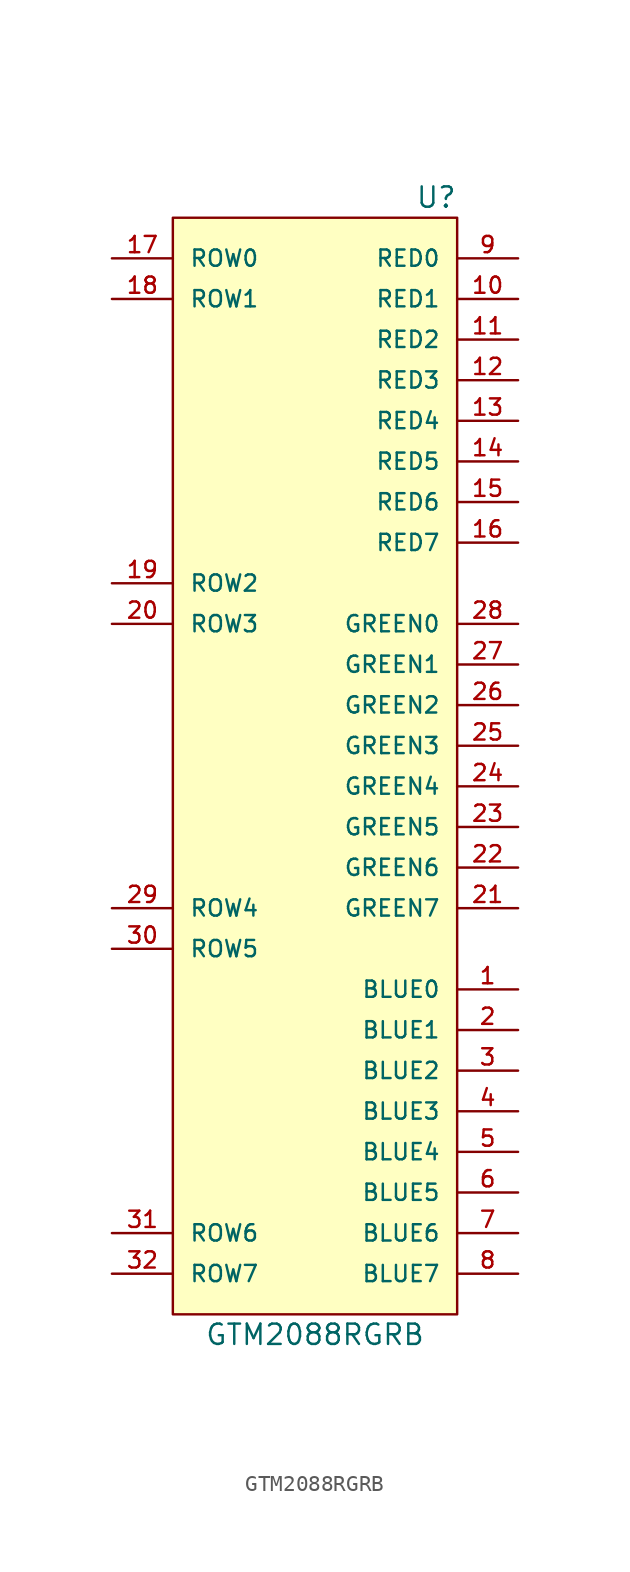
<source format=kicad_sym>
(kicad_symbol_lib
  (version 20220331)
  (generator kicad_symbol_editor)
  (symbol "GTM2088RGRB"
    (pin_names
      (offset 1.016))
    (property "Reference" "U"
      (at 8.89 34.29 0)
      (effects (font (size 1.27 1.27)) (justify right)))
    (property "Value" "GTM2088RGRB"
      (at 0 -36.83 0)
      (effects (font (size 1.27 1.27))))
    (symbol "GTM2088RGRB_0_1"
      (rectangle (start 8.89 33.02) (end -8.89 -35.56) (stroke (width 0) (type default)) (fill (type background))))
    (symbol "GTM2088RGRB_1_1"
      (pin input line (at 12.7 -15.24 180) (length 3.81) (name "BLUE0" (effects (font (size 1.016 1.016)))) (number "1" (effects (font (size 1.016 1.016)))))
      (pin input line (at 12.7 27.94 180) (length 3.81) (name "RED1" (effects (font (size 1.016 1.016)))) (number "10" (effects (font (size 1.016 1.016)))))
      (pin input line (at 12.7 25.4 180) (length 3.81) (name "RED2" (effects (font (size 1.016 1.016)))) (number "11" (effects (font (size 1.016 1.016)))))
      (pin input line (at 12.7 22.86 180) (length 3.81) (name "RED3" (effects (font (size 1.016 1.016)))) (number "12" (effects (font (size 1.016 1.016)))))
      (pin input line (at 12.7 20.32 180) (length 3.81) (name "RED4" (effects (font (size 1.016 1.016)))) (number "13" (effects (font (size 1.016 1.016)))))
      (pin input line (at 12.7 17.78 180) (length 3.81) (name "RED5" (effects (font (size 1.016 1.016)))) (number "14" (effects (font (size 1.016 1.016)))))
      (pin input line (at 12.7 15.24 180) (length 3.81) (name "RED6" (effects (font (size 1.016 1.016)))) (number "15" (effects (font (size 1.016 1.016)))))
      (pin input line (at 12.7 12.7 180) (length 3.81) (name "RED7" (effects (font (size 1.016 1.016)))) (number "16" (effects (font (size 1.016 1.016)))))
      (pin input line (at -12.7 30.48 0) (length 3.81) (name "ROW0" (effects (font (size 1.016 1.016)))) (number "17" (effects (font (size 1.016 1.016)))))
      (pin input line (at -12.7 27.94 0) (length 3.81) (name "ROW1" (effects (font (size 1.016 1.016)))) (number "18" (effects (font (size 1.016 1.016)))))
      (pin input line (at -12.7 10.16 0) (length 3.81) (name "ROW2" (effects (font (size 1.016 1.016)))) (number "19" (effects (font (size 1.016 1.016)))))
      (pin input line (at 12.7 -17.78 180) (length 3.81) (name "BLUE1" (effects (font (size 1.016 1.016)))) (number "2" (effects (font (size 1.016 1.016)))))
      (pin input line (at -12.7 7.62 0) (length 3.81) (name "ROW3" (effects (font (size 1.016 1.016)))) (number "20" (effects (font (size 1.016 1.016)))))
      (pin input line (at 12.7 -10.16 180) (length 3.81) (name "GREEN7" (effects (font (size 1.016 1.016)))) (number "21" (effects (font (size 1.016 1.016)))))
      (pin input line (at 12.7 -7.62 180) (length 3.81) (name "GREEN6" (effects (font (size 1.016 1.016)))) (number "22" (effects (font (size 1.016 1.016)))))
      (pin input line (at 12.7 -5.08 180) (length 3.81) (name "GREEN5" (effects (font (size 1.016 1.016)))) (number "23" (effects (font (size 1.016 1.016)))))
      (pin input line (at 12.7 -2.54 180) (length 3.81) (name "GREEN4" (effects (font (size 1.016 1.016)))) (number "24" (effects (font (size 1.016 1.016)))))
      (pin input line (at 12.7 0 180) (length 3.81) (name "GREEN3" (effects (font (size 1.016 1.016)))) (number "25" (effects (font (size 1.016 1.016)))))
      (pin input line (at 12.7 2.54 180) (length 3.81) (name "GREEN2" (effects (font (size 1.016 1.016)))) (number "26" (effects (font (size 1.016 1.016)))))
      (pin input line (at 12.7 5.08 180) (length 3.81) (name "GREEN1" (effects (font (size 1.016 1.016)))) (number "27" (effects (font (size 1.016 1.016)))))
      (pin input line (at 12.7 7.62 180) (length 3.81) (name "GREEN0" (effects (font (size 1.016 1.016)))) (number "28" (effects (font (size 1.016 1.016)))))
      (pin input line (at -12.7 -10.16 0) (length 3.81) (name "ROW4" (effects (font (size 1.016 1.016)))) (number "29" (effects (font (size 1.016 1.016)))))
      (pin input line (at 12.7 -20.32 180) (length 3.81) (name "BLUE2" (effects (font (size 1.016 1.016)))) (number "3" (effects (font (size 1.016 1.016)))))
      (pin input line (at -12.7 -12.7 0) (length 3.81) (name "ROW5" (effects (font (size 1.016 1.016)))) (number "30" (effects (font (size 1.016 1.016)))))
      (pin input line (at -12.7 -30.48 0) (length 3.81) (name "ROW6" (effects (font (size 1.016 1.016)))) (number "31" (effects (font (size 1.016 1.016)))))
      (pin input line (at -12.7 -33.02 0) (length 3.81) (name "ROW7" (effects (font (size 1.016 1.016)))) (number "32" (effects (font (size 1.016 1.016)))))
      (pin input line (at 12.7 -22.86 180) (length 3.81) (name "BLUE3" (effects (font (size 1.016 1.016)))) (number "4" (effects (font (size 1.016 1.016)))))
      (pin input line (at 12.7 -25.4 180) (length 3.81) (name "BLUE4" (effects (font (size 1.016 1.016)))) (number "5" (effects (font (size 1.016 1.016)))))
      (pin input line (at 12.7 -27.94 180) (length 3.81) (name "BLUE5" (effects (font (size 1.016 1.016)))) (number "6" (effects (font (size 1.016 1.016)))))
      (pin input line (at 12.7 -30.48 180) (length 3.81) (name "BLUE6" (effects (font (size 1.016 1.016)))) (number "7" (effects (font (size 1.016 1.016)))))
      (pin input line (at 12.7 -33.02 180) (length 3.81) (name "BLUE7" (effects (font (size 1.016 1.016)))) (number "8" (effects (font (size 1.016 1.016)))))
      (pin input line (at 12.7 30.48 180) (length 3.81) (name "RED0" (effects (font (size 1.016 1.016)))) (number "9" (effects (font (size 1.016 1.016))))))))
</source>
